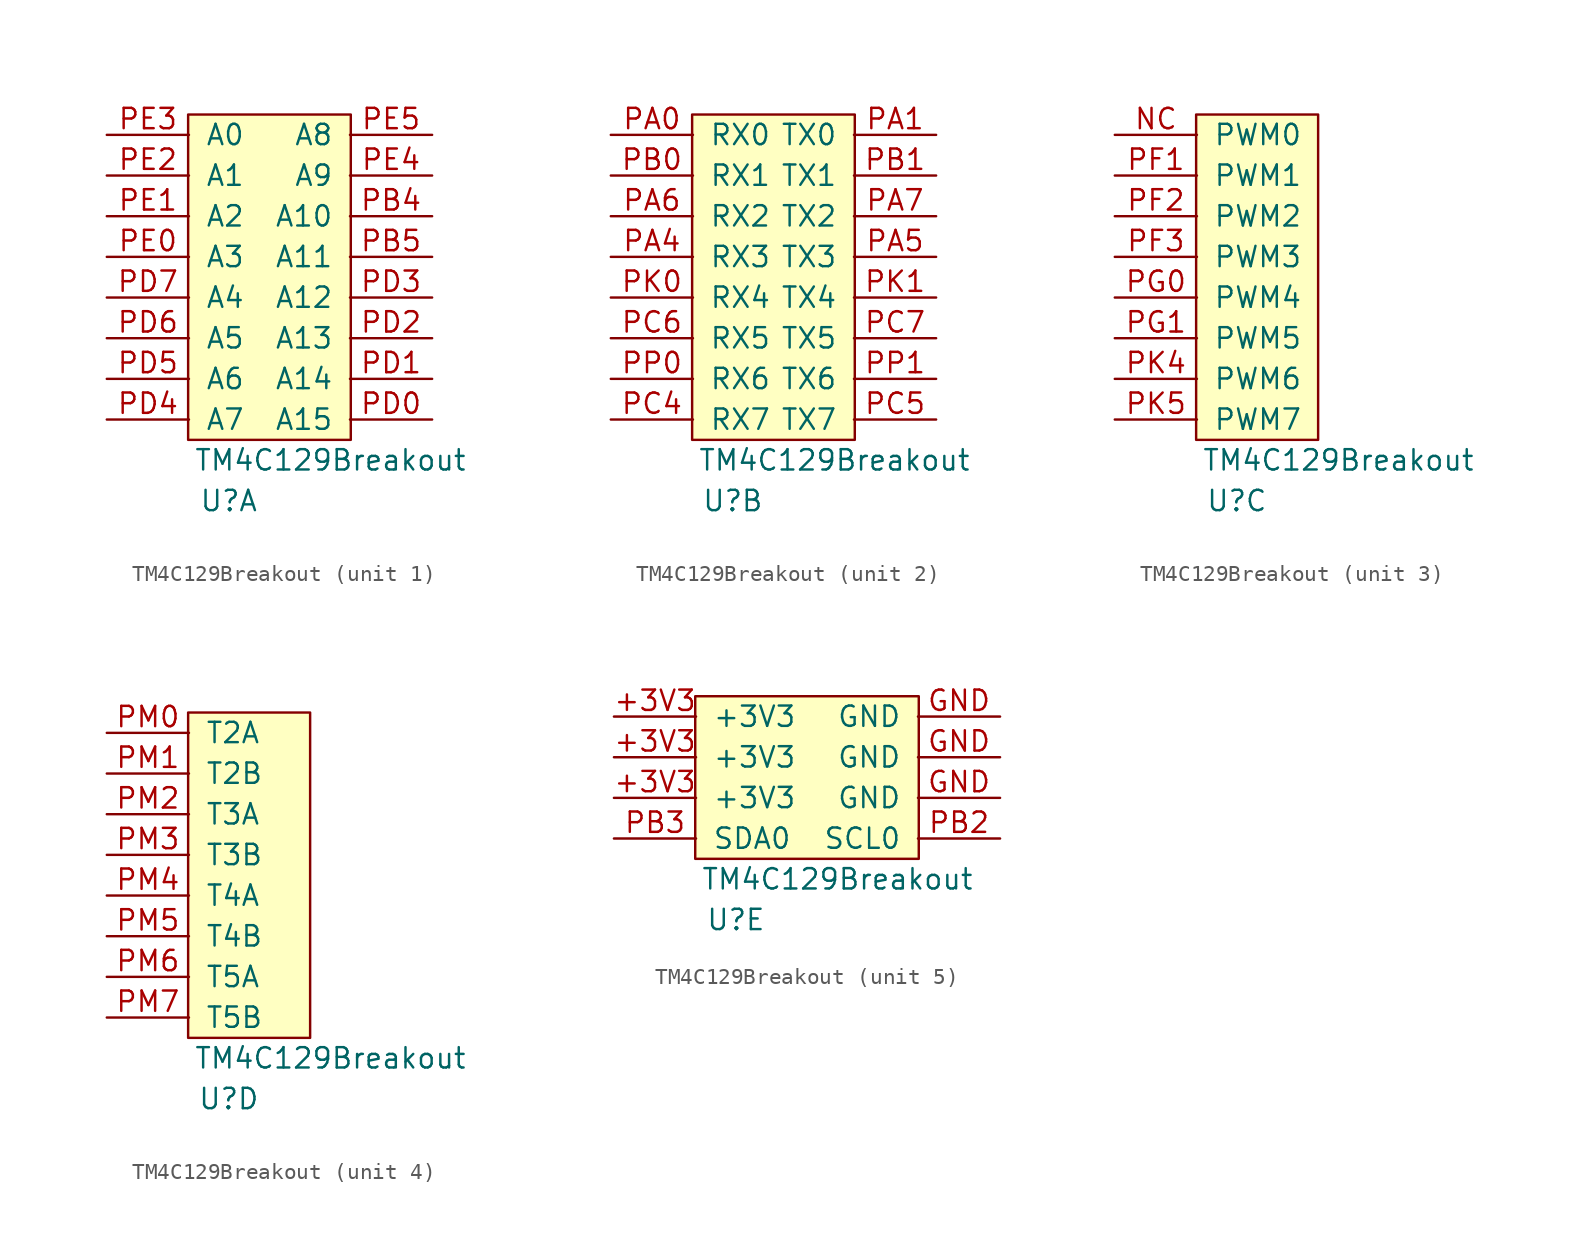
<source format=kicad_sym>
(kicad_symbol_lib
  (version 20241209)
  (generator "kicad_symbol_editor")
  (generator_version "9.0")
  (symbol "TM4C129Breakout"
    (pin_names
      (offset 1.016))
    (property "Reference" "U"
      (at 2.54 -3.81 0)
      (effects (font (size 1.27 1.27))))
    (property "Value" "TM4C129Breakout"
      (at 8.89 -1.27 0)
      (effects (font (size 1.27 1.27))))
    (property "ki_locked" ""
      (at 0 0 0)
      (effects (font (size 1.27 1.27))))
    (symbol "TM4C129Breakout_1_1"
      (rectangle (start 0 20.32) (end 10.16 0) (stroke (width 0) (type default)) (fill (type background)))
      (pin input line (at -5.08 19.05 0) (length 5.131) (name "A0" (effects (font (size 1.27 1.27)))) (number "PE3" (effects (font (size 1.27 1.27)))))
      (pin input line (at -5.08 16.51 0) (length 5.131) (name "A1" (effects (font (size 1.27 1.27)))) (number "PE2" (effects (font (size 1.27 1.27)))))
      (pin input line (at -5.08 13.97 0) (length 5.131) (name "A2" (effects (font (size 1.27 1.27)))) (number "PE1" (effects (font (size 1.27 1.27)))))
      (pin input line (at -5.08 11.43 0) (length 5.131) (name "A3" (effects (font (size 1.27 1.27)))) (number "PE0" (effects (font (size 1.27 1.27)))))
      (pin input line (at -5.08 8.89 0) (length 5.131) (name "A4" (effects (font (size 1.27 1.27)))) (number "PD7" (effects (font (size 1.27 1.27)))))
      (pin input line (at -5.08 6.35 0) (length 5.131) (name "A5" (effects (font (size 1.27 1.27)))) (number "PD6" (effects (font (size 1.27 1.27)))))
      (pin input line (at -5.08 3.81 0) (length 5.131) (name "A6" (effects (font (size 1.27 1.27)))) (number "PD5" (effects (font (size 1.27 1.27)))))
      (pin input line (at -5.08 1.27 0) (length 5.131) (name "A7" (effects (font (size 1.27 1.27)))) (number "PD4" (effects (font (size 1.27 1.27)))))
      (pin input line (at 15.24 19.05 180) (length 5.131) (name "A8" (effects (font (size 1.27 1.27)))) (number "PE5" (effects (font (size 1.27 1.27)))))
      (pin input line (at 15.24 16.51 180) (length 5.131) (name "A9" (effects (font (size 1.27 1.27)))) (number "PE4" (effects (font (size 1.27 1.27)))))
      (pin input line (at 15.24 13.97 180) (length 5.131) (name "A10" (effects (font (size 1.27 1.27)))) (number "PB4" (effects (font (size 1.27 1.27)))))
      (pin input line (at 15.24 11.43 180) (length 5.131) (name "A11" (effects (font (size 1.27 1.27)))) (number "PB5" (effects (font (size 1.27 1.27)))))
      (pin input line (at 15.24 8.89 180) (length 5.131) (name "A12" (effects (font (size 1.27 1.27)))) (number "PD3" (effects (font (size 1.27 1.27)))))
      (pin input line (at 15.24 6.35 180) (length 5.131) (name "A13" (effects (font (size 1.27 1.27)))) (number "PD2" (effects (font (size 1.27 1.27)))))
      (pin input line (at 15.24 3.81 180) (length 5.131) (name "A14" (effects (font (size 1.27 1.27)))) (number "PD1" (effects (font (size 1.27 1.27)))))
      (pin input line (at 15.24 1.27 180) (length 5.131) (name "A15" (effects (font (size 1.27 1.27)))) (number "PD0" (effects (font (size 1.27 1.27))))))
    (symbol "TM4C129Breakout_2_1"
      (rectangle (start 0 20.32) (end 10.16 0) (stroke (width 0) (type default)) (fill (type background)))
      (pin input line (at -5.08 19.05 0) (length 5.131) (name "RX0" (effects (font (size 1.27 1.27)))) (number "PA0" (effects (font (size 1.27 1.27)))))
      (pin input line (at -5.08 16.51 0) (length 5.131) (name "RX1" (effects (font (size 1.27 1.27)))) (number "PB0" (effects (font (size 1.27 1.27)))))
      (pin input line (at -5.08 13.97 0) (length 5.131) (name "RX2" (effects (font (size 1.27 1.27)))) (number "PA6" (effects (font (size 1.27 1.27)))))
      (pin input line (at -5.08 11.43 0) (length 5.131) (name "RX3" (effects (font (size 1.27 1.27)))) (number "PA4" (effects (font (size 1.27 1.27)))))
      (pin input line (at -5.08 8.89 0) (length 5.131) (name "RX4" (effects (font (size 1.27 1.27)))) (number "PK0" (effects (font (size 1.27 1.27)))))
      (pin input line (at -5.08 6.35 0) (length 5.131) (name "RX5" (effects (font (size 1.27 1.27)))) (number "PC6" (effects (font (size 1.27 1.27)))))
      (pin input line (at -5.08 3.81 0) (length 5.131) (name "RX6" (effects (font (size 1.27 1.27)))) (number "PP0" (effects (font (size 1.27 1.27)))))
      (pin input line (at -5.08 1.27 0) (length 5.131) (name "RX7" (effects (font (size 1.27 1.27)))) (number "PC4" (effects (font (size 1.27 1.27)))))
      (pin input line (at 15.24 19.05 180) (length 5.131) (name "TX0" (effects (font (size 1.27 1.27)))) (number "PA1" (effects (font (size 1.27 1.27)))))
      (pin input line (at 15.24 16.51 180) (length 5.131) (name "TX1" (effects (font (size 1.27 1.27)))) (number "PB1" (effects (font (size 1.27 1.27)))))
      (pin input line (at 15.24 13.97 180) (length 5.131) (name "TX2" (effects (font (size 1.27 1.27)))) (number "PA7" (effects (font (size 1.27 1.27)))))
      (pin input line (at 15.24 11.43 180) (length 5.131) (name "TX3" (effects (font (size 1.27 1.27)))) (number "PA5" (effects (font (size 1.27 1.27)))))
      (pin input line (at 15.24 8.89 180) (length 5.131) (name "TX4" (effects (font (size 1.27 1.27)))) (number "PK1" (effects (font (size 1.27 1.27)))))
      (pin input line (at 15.24 6.35 180) (length 5.131) (name "TX5" (effects (font (size 1.27 1.27)))) (number "PC7" (effects (font (size 1.27 1.27)))))
      (pin input line (at 15.24 3.81 180) (length 5.131) (name "TX6" (effects (font (size 1.27 1.27)))) (number "PP1" (effects (font (size 1.27 1.27)))))
      (pin input line (at 15.24 1.27 180) (length 5.131) (name "TX7" (effects (font (size 1.27 1.27)))) (number "PC5" (effects (font (size 1.27 1.27))))))
    (symbol "TM4C129Breakout_3_1"
      (rectangle (start 0 20.32) (end 7.62 0) (stroke (width 0) (type default)) (fill (type background)))
      (pin input line (at -5.08 19.05 0) (length 5.131) (name "PWM0" (effects (font (size 1.27 1.27)))) (number "NC" (effects (font (size 1.27 1.27)))))
      (pin input line (at -5.08 16.51 0) (length 5.131) (name "PWM1" (effects (font (size 1.27 1.27)))) (number "PF1" (effects (font (size 1.27 1.27)))))
      (pin input line (at -5.08 13.97 0) (length 5.131) (name "PWM2" (effects (font (size 1.27 1.27)))) (number "PF2" (effects (font (size 1.27 1.27)))))
      (pin input line (at -5.08 11.43 0) (length 5.131) (name "PWM3" (effects (font (size 1.27 1.27)))) (number "PF3" (effects (font (size 1.27 1.27)))))
      (pin input line (at -5.08 8.89 0) (length 5.131) (name "PWM4" (effects (font (size 1.27 1.27)))) (number "PG0" (effects (font (size 1.27 1.27)))))
      (pin input line (at -5.08 6.35 0) (length 5.131) (name "PWM5" (effects (font (size 1.27 1.27)))) (number "PG1" (effects (font (size 1.27 1.27)))))
      (pin input line (at -5.08 3.81 0) (length 5.131) (name "PWM6" (effects (font (size 1.27 1.27)))) (number "PK4" (effects (font (size 1.27 1.27)))))
      (pin input line (at -5.08 1.27 0) (length 5.131) (name "PWM7" (effects (font (size 1.27 1.27)))) (number "PK5" (effects (font (size 1.27 1.27))))))
    (symbol "TM4C129Breakout_4_1"
      (rectangle (start 0 20.32) (end 7.62 0) (stroke (width 0) (type default)) (fill (type background)))
      (pin input line (at -5.08 19.05 0) (length 5.131) (name "T2A" (effects (font (size 1.27 1.27)))) (number "PM0" (effects (font (size 1.27 1.27)))))
      (pin input line (at -5.08 16.51 0) (length 5.131) (name "T2B" (effects (font (size 1.27 1.27)))) (number "PM1" (effects (font (size 1.27 1.27)))))
      (pin input line (at -5.08 13.97 0) (length 5.131) (name "T3A" (effects (font (size 1.27 1.27)))) (number "PM2" (effects (font (size 1.27 1.27)))))
      (pin input line (at -5.08 11.43 0) (length 5.131) (name "T3B" (effects (font (size 1.27 1.27)))) (number "PM3" (effects (font (size 1.27 1.27)))))
      (pin input line (at -5.08 8.89 0) (length 5.131) (name "T4A" (effects (font (size 1.27 1.27)))) (number "PM4" (effects (font (size 1.27 1.27)))))
      (pin input line (at -5.08 6.35 0) (length 5.131) (name "T4B" (effects (font (size 1.27 1.27)))) (number "PM5" (effects (font (size 1.27 1.27)))))
      (pin input line (at -5.08 3.81 0) (length 5.131) (name "T5A" (effects (font (size 1.27 1.27)))) (number "PM6" (effects (font (size 1.27 1.27)))))
      (pin input line (at -5.08 1.27 0) (length 5.131) (name "T5B" (effects (font (size 1.27 1.27)))) (number "PM7" (effects (font (size 1.27 1.27))))))
    (symbol "TM4C129Breakout_5_1"
      (rectangle (start 0 10.16) (end 13.97 0) (stroke (width 0) (type default)) (fill (type background)))
      (pin input line (at -5.08 8.89 0) (length 5.131) (name "+3V3" (effects (font (size 1.27 1.27)))) (number "+3V3" (effects (font (size 1.27 1.27)))))
      (pin input line (at -5.08 6.35 0) (length 5.131) (name "+3V3" (effects (font (size 1.27 1.27)))) (number "+3V3" (effects (font (size 1.27 1.27)))))
      (pin input line (at -5.08 3.81 0) (length 5.131) (name "+3V3" (effects (font (size 1.27 1.27)))) (number "+3V3" (effects (font (size 1.27 1.27)))))
      (pin input line (at -5.08 1.27 0) (length 5.131) (name "SDA0" (effects (font (size 1.27 1.27)))) (number "PB3" (effects (font (size 1.27 1.27)))))
      (pin input line (at 19.05 8.89 180) (length 5.131) (name "GND" (effects (font (size 1.27 1.27)))) (number "GND" (effects (font (size 1.27 1.27)))))
      (pin input line (at 19.05 6.35 180) (length 5.131) (name "GND" (effects (font (size 1.27 1.27)))) (number "GND" (effects (font (size 1.27 1.27)))))
      (pin input line (at 19.05 3.81 180) (length 5.131) (name "GND" (effects (font (size 1.27 1.27)))) (number "GND" (effects (font (size 1.27 1.27)))))
      (pin input line (at 19.05 1.27 180) (length 5.131) (name "SCL0" (effects (font (size 1.27 1.27)))) (number "PB2" (effects (font (size 1.27 1.27))))))))
</source>
